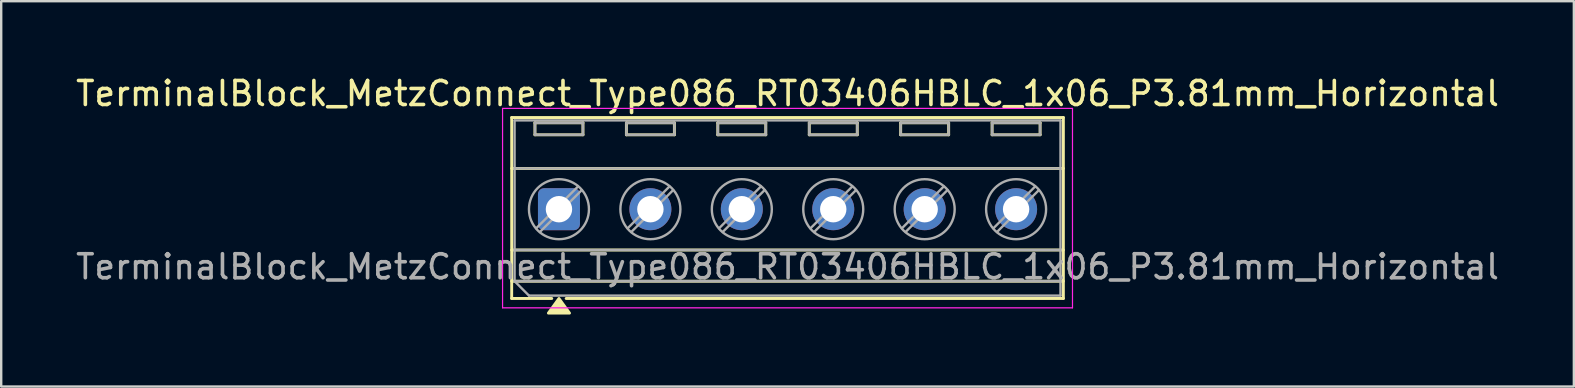
<source format=kicad_pcb>
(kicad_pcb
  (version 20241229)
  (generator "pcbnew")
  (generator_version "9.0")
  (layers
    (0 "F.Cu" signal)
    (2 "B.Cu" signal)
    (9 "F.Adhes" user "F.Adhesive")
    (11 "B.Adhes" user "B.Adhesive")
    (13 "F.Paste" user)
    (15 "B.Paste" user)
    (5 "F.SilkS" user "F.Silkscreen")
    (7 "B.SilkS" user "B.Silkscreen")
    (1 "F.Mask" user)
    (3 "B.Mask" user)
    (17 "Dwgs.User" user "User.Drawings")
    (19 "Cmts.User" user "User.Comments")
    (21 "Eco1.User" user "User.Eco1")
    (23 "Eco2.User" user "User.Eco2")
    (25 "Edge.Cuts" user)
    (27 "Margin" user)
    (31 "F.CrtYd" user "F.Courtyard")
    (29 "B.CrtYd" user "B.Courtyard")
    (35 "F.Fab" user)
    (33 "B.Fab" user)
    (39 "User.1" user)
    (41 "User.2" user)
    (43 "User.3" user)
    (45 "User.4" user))
  (footprint "TerminalBlock_MetzConnect_Type086_RT03406HBLC_1x06_P3.81mm_Horizontal"
    (layer "F.Cu")
    (at 20.243 5.668)
    (property "Reference" "TerminalBlock_MetzConnect_Type086_RT03406HBLC_1x06_P3.81mm_Horizontal" (at 9.525 -4.82 0) (layer "F.SilkS") (effects (font (size 1 1) (thickness 0.15))))
    (attr through_hole)
    (fp_line (start -1.97 -3.82) (end 21.02 -3.82) (stroke (width 0.12) (type solid)) (layer "F.SilkS"))
    (fp_line (start -1.97 -1.7) (end 21.02 -1.7) (stroke (width 0.12) (type solid)) (layer "F.SilkS"))
    (fp_line (start -1.97 1.7) (end 21.02 1.7) (stroke (width 0.12) (type solid)) (layer "F.SilkS"))
    (fp_line (start -1.97 3) (end 21.02 3) (stroke (width 0.12) (type solid)) (layer "F.SilkS"))
    (fp_line (start -1.97 3.72) (end -1.97 -3.82) (stroke (width 0.12) (type solid)) (layer "F.SilkS"))
    (fp_line (start -1 -3.6) (end 1 -3.6) (stroke (width 0.12) (type solid)) (layer "F.SilkS"))
    (fp_line (start -1 -3.1) (end -1 -3.6) (stroke (width 0.12) (type solid)) (layer "F.SilkS"))
    (fp_line (start -0.3 3.72) (end -1.97 3.72) (stroke (width 0.12) (type solid)) (layer "F.SilkS"))
    (fp_line (start 1 -3.6) (end 1 -3.1) (stroke (width 0.12) (type solid)) (layer "F.SilkS"))
    (fp_line (start 1 -3.1) (end -1 -3.1) (stroke (width 0.12) (type solid)) (layer "F.SilkS"))
    (fp_line (start 2.81 -3.6) (end 4.81 -3.6) (stroke (width 0.12) (type solid)) (layer "F.SilkS"))
    (fp_line (start 2.81 -3.1) (end 2.81 -3.6) (stroke (width 0.12) (type solid)) (layer "F.SilkS"))
    (fp_line (start 4.81 -3.6) (end 4.81 -3.1) (stroke (width 0.12) (type solid)) (layer "F.SilkS"))
    (fp_line (start 4.81 -3.1) (end 2.81 -3.1) (stroke (width 0.12) (type solid)) (layer "F.SilkS"))
    (fp_line (start 6.62 -3.6) (end 8.62 -3.6) (stroke (width 0.12) (type solid)) (layer "F.SilkS"))
    (fp_line (start 6.62 -3.1) (end 6.62 -3.6) (stroke (width 0.12) (type solid)) (layer "F.SilkS"))
    (fp_line (start 8.62 -3.6) (end 8.62 -3.1) (stroke (width 0.12) (type solid)) (layer "F.SilkS"))
    (fp_line (start 8.62 -3.1) (end 6.62 -3.1) (stroke (width 0.12) (type solid)) (layer "F.SilkS"))
    (fp_line (start 10.43 -3.6) (end 12.43 -3.6) (stroke (width 0.12) (type solid)) (layer "F.SilkS"))
    (fp_line (start 10.43 -3.1) (end 10.43 -3.6) (stroke (width 0.12) (type solid)) (layer "F.SilkS"))
    (fp_line (start 12.43 -3.6) (end 12.43 -3.1) (stroke (width 0.12) (type solid)) (layer "F.SilkS"))
    (fp_line (start 12.43 -3.1) (end 10.43 -3.1) (stroke (width 0.12) (type solid)) (layer "F.SilkS"))
    (fp_line (start 14.24 -3.6) (end 16.24 -3.6) (stroke (width 0.12) (type solid)) (layer "F.SilkS"))
    (fp_line (start 14.24 -3.1) (end 14.24 -3.6) (stroke (width 0.12) (type solid)) (layer "F.SilkS"))
    (fp_line (start 16.24 -3.6) (end 16.24 -3.1) (stroke (width 0.12) (type solid)) (layer "F.SilkS"))
    (fp_line (start 16.24 -3.1) (end 14.24 -3.1) (stroke (width 0.12) (type solid)) (layer "F.SilkS"))
    (fp_line (start 18.05 -3.6) (end 20.05 -3.6) (stroke (width 0.12) (type solid)) (layer "F.SilkS"))
    (fp_line (start 18.05 -3.1) (end 18.05 -3.6) (stroke (width 0.12) (type solid)) (layer "F.SilkS"))
    (fp_line (start 20.05 -3.6) (end 20.05 -3.1) (stroke (width 0.12) (type solid)) (layer "F.SilkS"))
    (fp_line (start 20.05 -3.1) (end 18.05 -3.1) (stroke (width 0.12) (type solid)) (layer "F.SilkS"))
    (fp_line (start 21.02 -3.82) (end 21.02 3.72) (stroke (width 0.12) (type solid)) (layer "F.SilkS"))
    (fp_line (start 21.02 3.72) (end 0.3 3.72) (stroke (width 0.12) (type solid)) (layer "F.SilkS"))
    (fp_poly (pts (xy 0 3.72) (xy 0.44 4.33) (xy -0.44 4.33)) (stroke (width 0.12) (type solid)) (fill yes) (layer "F.SilkS"))
    (fp_line (start -2.35 -4.2) (end -2.35 4.11) (stroke (width 0.05) (type solid)) (layer "F.CrtYd"))
    (fp_line (start -2.35 4.11) (end 21.4 4.11) (stroke (width 0.05) (type solid)) (layer "F.CrtYd"))
    (fp_line (start 21.4 -4.2) (end -2.35 -4.2) (stroke (width 0.05) (type solid)) (layer "F.CrtYd"))
    (fp_line (start 21.4 4.11) (end 21.4 -4.2) (stroke (width 0.05) (type solid)) (layer "F.CrtYd"))
    (fp_line (start -1.85 -3.7) (end 20.9 -3.7) (stroke (width 0.1) (type solid)) (layer "F.Fab"))
    (fp_line (start -1.85 -1.7) (end 20.9 -1.7) (stroke (width 0.1) (type solid)) (layer "F.Fab"))
    (fp_line (start -1.85 1.7) (end 20.9 1.7) (stroke (width 0.1) (type solid)) (layer "F.Fab"))
    (fp_line (start -1.85 3) (end -1.85 -3.7) (stroke (width 0.1) (type solid)) (layer "F.Fab"))
    (fp_line (start -1.85 3) (end 20.9 3) (stroke (width 0.1) (type solid)) (layer "F.Fab"))
    (fp_line (start -1.25 3.6) (end -1.85 3) (stroke (width 0.1) (type solid)) (layer "F.Fab"))
    (fp_line (start -1 -3.6) (end -1 -3.1) (stroke (width 0.1) (type solid)) (layer "F.Fab"))
    (fp_line (start -1 -3.1) (end 1 -3.1) (stroke (width 0.1) (type solid)) (layer "F.Fab"))
    (fp_line (start 0.795 -0.948) (end -0.948 0.795) (stroke (width 0.1) (type solid)) (layer "F.Fab"))
    (fp_line (start 0.948 -0.795) (end -0.795 0.948) (stroke (width 0.1) (type solid)) (layer "F.Fab"))
    (fp_line (start 1 -3.6) (end -1 -3.6) (stroke (width 0.1) (type solid)) (layer "F.Fab"))
    (fp_line (start 1 -3.1) (end 1 -3.6) (stroke (width 0.1) (type solid)) (layer "F.Fab"))
    (fp_line (start 2.81 -3.6) (end 2.81 -3.1) (stroke (width 0.1) (type solid)) (layer "F.Fab"))
    (fp_line (start 2.81 -3.1) (end 4.81 -3.1) (stroke (width 0.1) (type solid)) (layer "F.Fab"))
    (fp_line (start 4.605 -0.948) (end 2.862 0.795) (stroke (width 0.1) (type solid)) (layer "F.Fab"))
    (fp_line (start 4.758 -0.795) (end 3.015 0.948) (stroke (width 0.1) (type solid)) (layer "F.Fab"))
    (fp_line (start 4.81 -3.6) (end 2.81 -3.6) (stroke (width 0.1) (type solid)) (layer "F.Fab"))
    (fp_line (start 4.81 -3.1) (end 4.81 -3.6) (stroke (width 0.1) (type solid)) (layer "F.Fab"))
    (fp_line (start 6.62 -3.6) (end 6.62 -3.1) (stroke (width 0.1) (type solid)) (layer "F.Fab"))
    (fp_line (start 6.62 -3.1) (end 8.62 -3.1) (stroke (width 0.1) (type solid)) (layer "F.Fab"))
    (fp_line (start 8.415 -0.948) (end 6.672 0.795) (stroke (width 0.1) (type solid)) (layer "F.Fab"))
    (fp_line (start 8.568 -0.795) (end 6.825 0.948) (stroke (width 0.1) (type solid)) (layer "F.Fab"))
    (fp_line (start 8.62 -3.6) (end 6.62 -3.6) (stroke (width 0.1) (type solid)) (layer "F.Fab"))
    (fp_line (start 8.62 -3.1) (end 8.62 -3.6) (stroke (width 0.1) (type solid)) (layer "F.Fab"))
    (fp_line (start 10.43 -3.6) (end 10.43 -3.1) (stroke (width 0.1) (type solid)) (layer "F.Fab"))
    (fp_line (start 10.43 -3.1) (end 12.43 -3.1) (stroke (width 0.1) (type solid)) (layer "F.Fab"))
    (fp_line (start 12.225 -0.948) (end 10.482 0.795) (stroke (width 0.1) (type solid)) (layer "F.Fab"))
    (fp_line (start 12.378 -0.795) (end 10.635 0.948) (stroke (width 0.1) (type solid)) (layer "F.Fab"))
    (fp_line (start 12.43 -3.6) (end 10.43 -3.6) (stroke (width 0.1) (type solid)) (layer "F.Fab"))
    (fp_line (start 12.43 -3.1) (end 12.43 -3.6) (stroke (width 0.1) (type solid)) (layer "F.Fab"))
    (fp_line (start 14.24 -3.6) (end 14.24 -3.1) (stroke (width 0.1) (type solid)) (layer "F.Fab"))
    (fp_line (start 14.24 -3.1) (end 16.24 -3.1) (stroke (width 0.1) (type solid)) (layer "F.Fab"))
    (fp_line (start 16.035 -0.948) (end 14.292 0.795) (stroke (width 0.1) (type solid)) (layer "F.Fab"))
    (fp_line (start 16.188 -0.795) (end 14.445 0.948) (stroke (width 0.1) (type solid)) (layer "F.Fab"))
    (fp_line (start 16.24 -3.6) (end 14.24 -3.6) (stroke (width 0.1) (type solid)) (layer "F.Fab"))
    (fp_line (start 16.24 -3.1) (end 16.24 -3.6) (stroke (width 0.1) (type solid)) (layer "F.Fab"))
    (fp_line (start 18.05 -3.6) (end 18.05 -3.1) (stroke (width 0.1) (type solid)) (layer "F.Fab"))
    (fp_line (start 18.05 -3.1) (end 20.05 -3.1) (stroke (width 0.1) (type solid)) (layer "F.Fab"))
    (fp_line (start 19.845 -0.948) (end 18.102 0.795) (stroke (width 0.1) (type solid)) (layer "F.Fab"))
    (fp_line (start 19.998 -0.795) (end 18.255 0.948) (stroke (width 0.1) (type solid)) (layer "F.Fab"))
    (fp_line (start 20.05 -3.6) (end 18.05 -3.6) (stroke (width 0.1) (type solid)) (layer "F.Fab"))
    (fp_line (start 20.05 -3.1) (end 20.05 -3.6) (stroke (width 0.1) (type solid)) (layer "F.Fab"))
    (fp_line (start 20.9 -3.7) (end 20.9 3.6) (stroke (width 0.1) (type solid)) (layer "F.Fab"))
    (fp_line (start 20.9 3.6) (end -1.25 3.6) (stroke (width 0.1) (type solid)) (layer "F.Fab"))
    (fp_circle (center 0 0) (end 1.25 0) (stroke (width 0.1) (type solid)) (fill no) (layer "F.Fab"))
    (fp_circle (center 3.81 0) (end 5.06 0) (stroke (width 0.1) (type solid)) (fill no) (layer "F.Fab"))
    (fp_circle (center 7.62 0) (end 8.87 0) (stroke (width 0.1) (type solid)) (fill no) (layer "F.Fab"))
    (fp_circle (center 11.43 0) (end 12.68 0) (stroke (width 0.1) (type solid)) (fill no) (layer "F.Fab"))
    (fp_circle (center 15.24 0) (end 16.49 0) (stroke (width 0.1) (type solid)) (fill no) (layer "F.Fab"))
    (fp_circle (center 19.05 0) (end 20.3 0) (stroke (width 0.1) (type solid)) (fill no) (layer "F.Fab"))
    (fp_text user "${REFERENCE}" (at 9.525 2.4 0) (layer "F.Fab") (effects (font (size 1 1) (thickness 0.15))))
    (pad "1" thru_hole roundrect (at 0 0) (size 1.75 1.75) (drill 1.1) (layers "*.Cu" "*.Mask") (roundrect_rratio 0.143))
    (pad "2" thru_hole circle (at 3.81 0) (size 1.75 1.75) (drill 1.1) (layers "*.Cu" "*.Mask"))
    (pad "3" thru_hole circle (at 7.62 0) (size 1.75 1.75) (drill 1.1) (layers "*.Cu" "*.Mask"))
    (pad "4" thru_hole circle (at 11.43 0) (size 1.75 1.75) (drill 1.1) (layers "*.Cu" "*.Mask"))
    (pad "5" thru_hole circle (at 15.24 0) (size 1.75 1.75) (drill 1.1) (layers "*.Cu" "*.Mask"))
    (pad "6" thru_hole circle (at 19.05 0) (size 1.75 1.75) (drill 1.1) (layers "*.Cu" "*.Mask")))
  (gr_rect
    (start -3 -3)
    (end 62.536 13.058)
    (stroke (width 0.1) (type default))
    (fill no)
    (layer "Edge.Cuts")))
</source>
